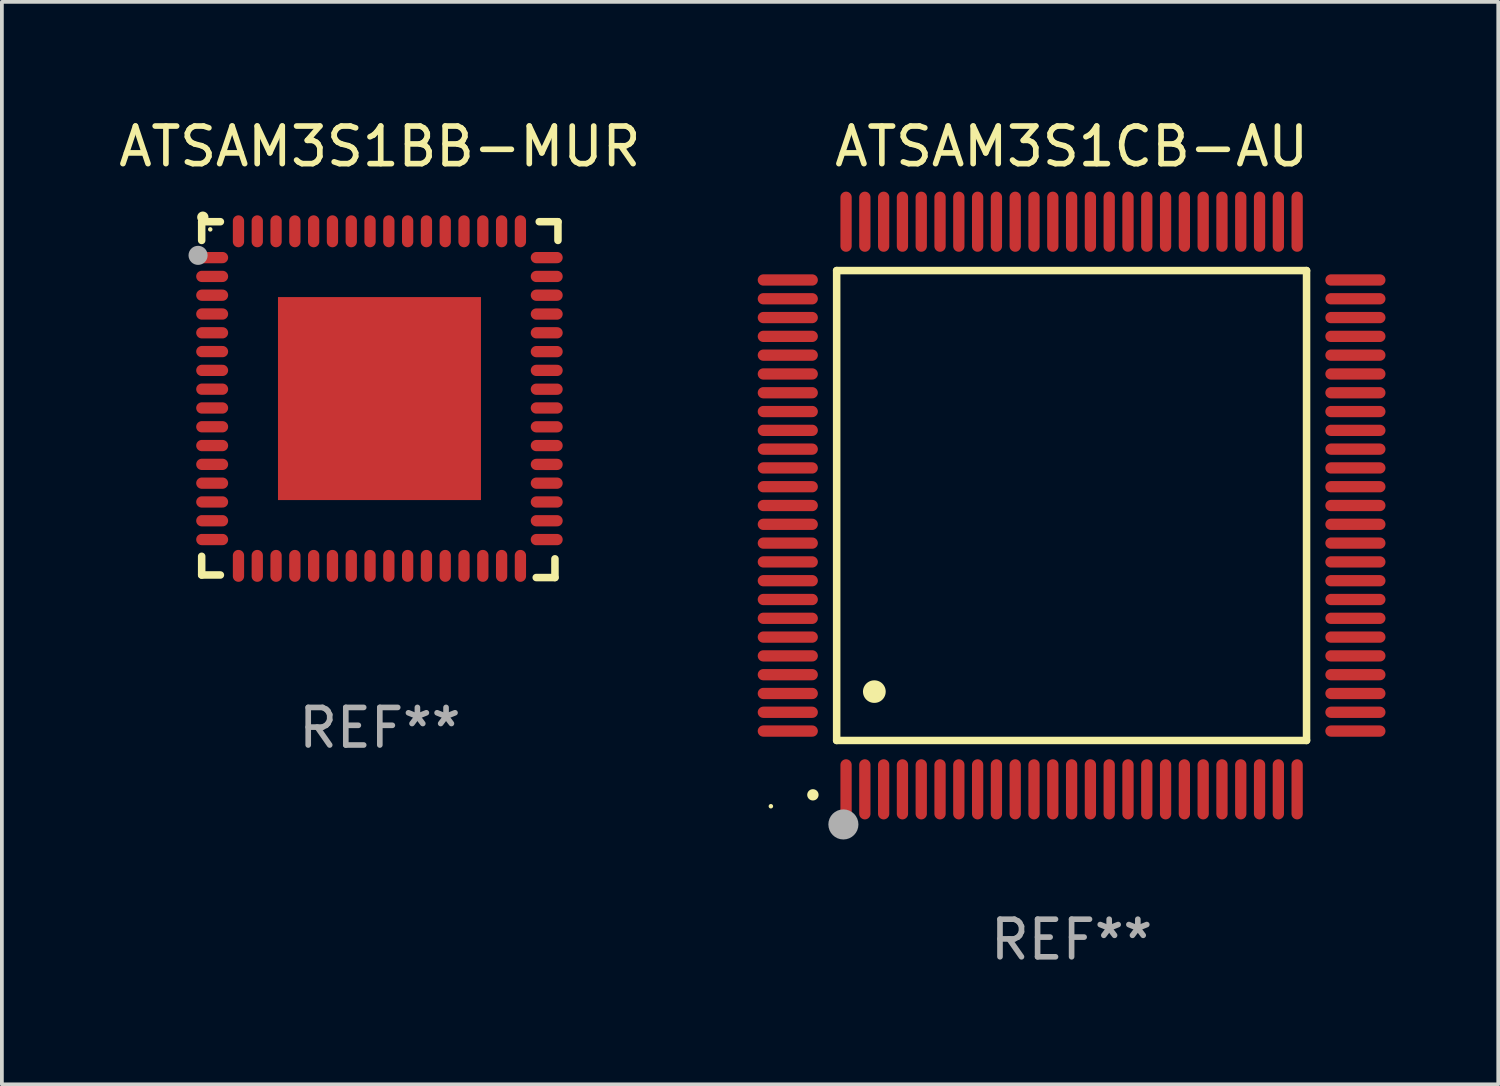
<source format=kicad_pcb>
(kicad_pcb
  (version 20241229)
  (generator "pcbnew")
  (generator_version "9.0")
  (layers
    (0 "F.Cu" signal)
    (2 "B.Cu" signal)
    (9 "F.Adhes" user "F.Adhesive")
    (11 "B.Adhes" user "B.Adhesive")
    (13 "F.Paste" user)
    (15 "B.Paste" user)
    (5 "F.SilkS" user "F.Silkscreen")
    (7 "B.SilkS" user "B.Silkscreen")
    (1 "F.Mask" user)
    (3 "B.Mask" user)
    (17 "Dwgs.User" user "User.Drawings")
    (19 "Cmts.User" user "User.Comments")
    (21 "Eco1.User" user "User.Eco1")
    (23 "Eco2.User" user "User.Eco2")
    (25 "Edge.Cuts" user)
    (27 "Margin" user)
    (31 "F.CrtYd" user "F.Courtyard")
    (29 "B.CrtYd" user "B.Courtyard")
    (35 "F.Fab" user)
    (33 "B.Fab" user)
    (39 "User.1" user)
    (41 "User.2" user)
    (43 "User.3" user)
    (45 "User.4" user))
  (footprint "ATSAM3S1CB-AU"
    (layer "F.Cu")
    (at 25.457 10.398)
    (property "Reference" "ATSAM3S1CB-AU" (at 0 -9.55 0) (layer "F.SilkS") (effects (font (size 1 1) (thickness 0.15))))
    (attr through_hole)
    (fp_line (start -6.25 -6.25) (end -6.25 6.25) (stroke (width 0.2) (type solid)) (layer "F.SilkS"))
    (fp_line (start -6.25 6.25) (end 6.25 6.25) (stroke (width 0.2) (type solid)) (layer "F.SilkS"))
    (fp_line (start 6.25 -6.25) (end -6.25 -6.25) (stroke (width 0.2) (type solid)) (layer "F.SilkS"))
    (fp_line (start 6.25 6.25) (end 6.25 -6.25) (stroke (width 0.2) (type solid)) (layer "F.SilkS"))
    (fp_arc (start -6.883414 7.696215) (mid -6.882144 7.69621) (end -6.880874 7.696215) (stroke (width 0.3) (type solid)) (layer "F.SilkS"))
    (fp_arc (start -5.250191 4.95047) (mid -5.247651 4.950459) (end -5.245111 4.95047) (stroke (width 0.6) (type solid)) (layer "F.SilkS"))
    (fp_circle (center -8 8) (end -7.97 8) (stroke (width 0.06) (type solid)) (fill no) (layer "F.SilkS"))
    (fp_circle (center -6.071 8.484) (end -5.871 8.484) (stroke (width 0.4) (type solid)) (fill no) (layer "F.Fab"))
    (fp_text user "REF**" (at 0 11.55 0) (layer "F.Fab") (effects (font (size 1 1) (thickness 0.15))))
    (pad "1" smd oval (at -6 7.55) (size 0.3 1.6) (layers "F.Cu" "F.Mask" "F.Paste"))
    (pad "2" smd oval (at -5.5 7.55) (size 0.3 1.6) (layers "F.Cu" "F.Mask" "F.Paste"))
    (pad "3" smd oval (at -5 7.55) (size 0.3 1.6) (layers "F.Cu" "F.Mask" "F.Paste"))
    (pad "4" smd oval (at -4.5 7.55) (size 0.3 1.6) (layers "F.Cu" "F.Mask" "F.Paste"))
    (pad "5" smd oval (at -4 7.55) (size 0.3 1.6) (layers "F.Cu" "F.Mask" "F.Paste"))
    (pad "6" smd oval (at -3.5 7.55) (size 0.3 1.6) (layers "F.Cu" "F.Mask" "F.Paste"))
    (pad "7" smd oval (at -3 7.55) (size 0.3 1.6) (layers "F.Cu" "F.Mask" "F.Paste"))
    (pad "8" smd oval (at -2.5 7.55) (size 0.3 1.6) (layers "F.Cu" "F.Mask" "F.Paste"))
    (pad "9" smd oval (at -2 7.55) (size 0.3 1.6) (layers "F.Cu" "F.Mask" "F.Paste"))
    (pad "10" smd oval (at -1.5 7.55) (size 0.3 1.6) (layers "F.Cu" "F.Mask" "F.Paste"))
    (pad "11" smd oval (at -1 7.55) (size 0.3 1.6) (layers "F.Cu" "F.Mask" "F.Paste"))
    (pad "12" smd oval (at -0.5 7.55) (size 0.3 1.6) (layers "F.Cu" "F.Mask" "F.Paste"))
    (pad "13" smd oval (at 0 7.55) (size 0.3 1.6) (layers "F.Cu" "F.Mask" "F.Paste"))
    (pad "14" smd oval (at 0.5 7.55) (size 0.3 1.6) (layers "F.Cu" "F.Mask" "F.Paste"))
    (pad "15" smd oval (at 1 7.55) (size 0.3 1.6) (layers "F.Cu" "F.Mask" "F.Paste"))
    (pad "16" smd oval (at 1.5 7.55) (size 0.3 1.6) (layers "F.Cu" "F.Mask" "F.Paste"))
    (pad "17" smd oval (at 2 7.55) (size 0.3 1.6) (layers "F.Cu" "F.Mask" "F.Paste"))
    (pad "18" smd oval (at 2.5 7.55) (size 0.3 1.6) (layers "F.Cu" "F.Mask" "F.Paste"))
    (pad "19" smd oval (at 3 7.55) (size 0.3 1.6) (layers "F.Cu" "F.Mask" "F.Paste"))
    (pad "20" smd oval (at 3.5 7.55) (size 0.3 1.6) (layers "F.Cu" "F.Mask" "F.Paste"))
    (pad "21" smd oval (at 4 7.55) (size 0.3 1.6) (layers "F.Cu" "F.Mask" "F.Paste"))
    (pad "22" smd oval (at 4.5 7.55) (size 0.3 1.6) (layers "F.Cu" "F.Mask" "F.Paste"))
    (pad "23" smd oval (at 5 7.55) (size 0.3 1.6) (layers "F.Cu" "F.Mask" "F.Paste"))
    (pad "24" smd oval (at 5.5 7.55) (size 0.3 1.6) (layers "F.Cu" "F.Mask" "F.Paste"))
    (pad "25" smd oval (at 6 7.55) (size 0.3 1.6) (layers "F.Cu" "F.Mask" "F.Paste"))
    (pad "26" smd oval (at 7.55 6) (size 1.6 0.3) (layers "F.Cu" "F.Mask" "F.Paste"))
    (pad "27" smd oval (at 7.55 5.5) (size 1.6 0.3) (layers "F.Cu" "F.Mask" "F.Paste"))
    (pad "28" smd oval (at 7.55 5) (size 1.6 0.3) (layers "F.Cu" "F.Mask" "F.Paste"))
    (pad "29" smd oval (at 7.55 4.5) (size 1.6 0.3) (layers "F.Cu" "F.Mask" "F.Paste"))
    (pad "30" smd oval (at 7.55 4) (size 1.6 0.3) (layers "F.Cu" "F.Mask" "F.Paste"))
    (pad "31" smd oval (at 7.55 3.5) (size 1.6 0.3) (layers "F.Cu" "F.Mask" "F.Paste"))
    (pad "32" smd oval (at 7.55 3) (size 1.6 0.3) (layers "F.Cu" "F.Mask" "F.Paste"))
    (pad "33" smd oval (at 7.55 2.5) (size 1.6 0.3) (layers "F.Cu" "F.Mask" "F.Paste"))
    (pad "34" smd oval (at 7.55 2) (size 1.6 0.3) (layers "F.Cu" "F.Mask" "F.Paste"))
    (pad "35" smd oval (at 7.55 1.5) (size 1.6 0.3) (layers "F.Cu" "F.Mask" "F.Paste"))
    (pad "36" smd oval (at 7.55 1) (size 1.6 0.3) (layers "F.Cu" "F.Mask" "F.Paste"))
    (pad "37" smd oval (at 7.55 0.5) (size 1.6 0.3) (layers "F.Cu" "F.Mask" "F.Paste"))
    (pad "38" smd oval (at 7.55 0) (size 1.6 0.3) (layers "F.Cu" "F.Mask" "F.Paste"))
    (pad "39" smd oval (at 7.55 -0.5) (size 1.6 0.3) (layers "F.Cu" "F.Mask" "F.Paste"))
    (pad "40" smd oval (at 7.55 -1) (size 1.6 0.3) (layers "F.Cu" "F.Mask" "F.Paste"))
    (pad "41" smd oval (at 7.55 -1.5) (size 1.6 0.3) (layers "F.Cu" "F.Mask" "F.Paste"))
    (pad "42" smd oval (at 7.55 -2) (size 1.6 0.3) (layers "F.Cu" "F.Mask" "F.Paste"))
    (pad "43" smd oval (at 7.55 -2.5) (size 1.6 0.3) (layers "F.Cu" "F.Mask" "F.Paste"))
    (pad "44" smd oval (at 7.55 -3) (size 1.6 0.3) (layers "F.Cu" "F.Mask" "F.Paste"))
    (pad "45" smd oval (at 7.55 -3.5) (size 1.6 0.3) (layers "F.Cu" "F.Mask" "F.Paste"))
    (pad "46" smd oval (at 7.55 -4) (size 1.6 0.3) (layers "F.Cu" "F.Mask" "F.Paste"))
    (pad "47" smd oval (at 7.55 -4.5) (size 1.6 0.3) (layers "F.Cu" "F.Mask" "F.Paste"))
    (pad "48" smd oval (at 7.55 -5) (size 1.6 0.3) (layers "F.Cu" "F.Mask" "F.Paste"))
    (pad "49" smd oval (at 7.55 -5.5) (size 1.6 0.3) (layers "F.Cu" "F.Mask" "F.Paste"))
    (pad "50" smd oval (at 7.55 -6) (size 1.6 0.3) (layers "F.Cu" "F.Mask" "F.Paste"))
    (pad "51" smd oval (at 6 -7.55) (size 0.3 1.6) (layers "F.Cu" "F.Mask" "F.Paste"))
    (pad "52" smd oval (at 5.5 -7.55) (size 0.3 1.6) (layers "F.Cu" "F.Mask" "F.Paste"))
    (pad "53" smd oval (at 5 -7.55) (size 0.3 1.6) (layers "F.Cu" "F.Mask" "F.Paste"))
    (pad "54" smd oval (at 4.5 -7.55) (size 0.3 1.6) (layers "F.Cu" "F.Mask" "F.Paste"))
    (pad "55" smd oval (at 4 -7.55) (size 0.3 1.6) (layers "F.Cu" "F.Mask" "F.Paste"))
    (pad "56" smd oval (at 3.5 -7.55) (size 0.3 1.6) (layers "F.Cu" "F.Mask" "F.Paste"))
    (pad "57" smd oval (at 3 -7.55) (size 0.3 1.6) (layers "F.Cu" "F.Mask" "F.Paste"))
    (pad "58" smd oval (at 2.5 -7.55) (size 0.3 1.6) (layers "F.Cu" "F.Mask" "F.Paste"))
    (pad "59" smd oval (at 2 -7.55) (size 0.3 1.6) (layers "F.Cu" "F.Mask" "F.Paste"))
    (pad "60" smd oval (at 1.5 -7.55) (size 0.3 1.6) (layers "F.Cu" "F.Mask" "F.Paste"))
    (pad "61" smd oval (at 1 -7.55) (size 0.3 1.6) (layers "F.Cu" "F.Mask" "F.Paste"))
    (pad "62" smd oval (at 0.5 -7.55) (size 0.3 1.6) (layers "F.Cu" "F.Mask" "F.Paste"))
    (pad "63" smd oval (at 0 -7.55) (size 0.3 1.6) (layers "F.Cu" "F.Mask" "F.Paste"))
    (pad "64" smd oval (at -0.5 -7.55) (size 0.3 1.6) (layers "F.Cu" "F.Mask" "F.Paste"))
    (pad "65" smd oval (at -1 -7.55) (size 0.3 1.6) (layers "F.Cu" "F.Mask" "F.Paste"))
    (pad "66" smd oval (at -1.5 -7.55) (size 0.3 1.6) (layers "F.Cu" "F.Mask" "F.Paste"))
    (pad "67" smd oval (at -2 -7.55) (size 0.3 1.6) (layers "F.Cu" "F.Mask" "F.Paste"))
    (pad "68" smd oval (at -2.5 -7.55) (size 0.3 1.6) (layers "F.Cu" "F.Mask" "F.Paste"))
    (pad "69" smd oval (at -3 -7.55) (size 0.3 1.6) (layers "F.Cu" "F.Mask" "F.Paste"))
    (pad "70" smd oval (at -3.5 -7.55) (size 0.3 1.6) (layers "F.Cu" "F.Mask" "F.Paste"))
    (pad "71" smd oval (at -4 -7.55) (size 0.3 1.6) (layers "F.Cu" "F.Mask" "F.Paste"))
    (pad "72" smd oval (at -4.5 -7.55) (size 0.3 1.6) (layers "F.Cu" "F.Mask" "F.Paste"))
    (pad "73" smd oval (at -5 -7.55) (size 0.3 1.6) (layers "F.Cu" "F.Mask" "F.Paste"))
    (pad "74" smd oval (at -5.5 -7.55) (size 0.3 1.6) (layers "F.Cu" "F.Mask" "F.Paste"))
    (pad "75" smd oval (at -6 -7.55) (size 0.3 1.6) (layers "F.Cu" "F.Mask" "F.Paste"))
    (pad "76" smd oval (at -7.55 -6) (size 1.6 0.3) (layers "F.Cu" "F.Mask" "F.Paste"))
    (pad "77" smd oval (at -7.55 -5.5) (size 1.6 0.3) (layers "F.Cu" "F.Mask" "F.Paste"))
    (pad "78" smd oval (at -7.55 -5) (size 1.6 0.3) (layers "F.Cu" "F.Mask" "F.Paste"))
    (pad "79" smd oval (at -7.55 -4.5) (size 1.6 0.3) (layers "F.Cu" "F.Mask" "F.Paste"))
    (pad "80" smd oval (at -7.55 -4) (size 1.6 0.3) (layers "F.Cu" "F.Mask" "F.Paste"))
    (pad "81" smd oval (at -7.55 -3.5) (size 1.6 0.3) (layers "F.Cu" "F.Mask" "F.Paste"))
    (pad "82" smd oval (at -7.55 -3) (size 1.6 0.3) (layers "F.Cu" "F.Mask" "F.Paste"))
    (pad "83" smd oval (at -7.55 -2.5) (size 1.6 0.3) (layers "F.Cu" "F.Mask" "F.Paste"))
    (pad "84" smd oval (at -7.55 -2) (size 1.6 0.3) (layers "F.Cu" "F.Mask" "F.Paste"))
    (pad "85" smd oval (at -7.55 -1.5) (size 1.6 0.3) (layers "F.Cu" "F.Mask" "F.Paste"))
    (pad "86" smd oval (at -7.55 -1) (size 1.6 0.3) (layers "F.Cu" "F.Mask" "F.Paste"))
    (pad "87" smd oval (at -7.55 -0.5) (size 1.6 0.3) (layers "F.Cu" "F.Mask" "F.Paste"))
    (pad "88" smd oval (at -7.55 0) (size 1.6 0.3) (layers "F.Cu" "F.Mask" "F.Paste"))
    (pad "89" smd oval (at -7.55 0.5) (size 1.6 0.3) (layers "F.Cu" "F.Mask" "F.Paste"))
    (pad "90" smd oval (at -7.55 1) (size 1.6 0.3) (layers "F.Cu" "F.Mask" "F.Paste"))
    (pad "91" smd oval (at -7.55 1.5) (size 1.6 0.3) (layers "F.Cu" "F.Mask" "F.Paste"))
    (pad "92" smd oval (at -7.55 2) (size 1.6 0.3) (layers "F.Cu" "F.Mask" "F.Paste"))
    (pad "93" smd oval (at -7.55 2.5) (size 1.6 0.3) (layers "F.Cu" "F.Mask" "F.Paste"))
    (pad "94" smd oval (at -7.55 3) (size 1.6 0.3) (layers "F.Cu" "F.Mask" "F.Paste"))
    (pad "95" smd oval (at -7.55 3.5) (size 1.6 0.3) (layers "F.Cu" "F.Mask" "F.Paste"))
    (pad "96" smd oval (at -7.55 4) (size 1.6 0.3) (layers "F.Cu" "F.Mask" "F.Paste"))
    (pad "97" smd oval (at -7.55 4.5) (size 1.6 0.3) (layers "F.Cu" "F.Mask" "F.Paste"))
    (pad "98" smd oval (at -7.55 5) (size 1.6 0.3) (layers "F.Cu" "F.Mask" "F.Paste"))
    (pad "99" smd oval (at -7.55 5.5) (size 1.6 0.3) (layers "F.Cu" "F.Mask" "F.Paste"))
    (pad "100" smd oval (at -7.55 6) (size 1.6 0.3) (layers "F.Cu" "F.Mask" "F.Paste")))
  (footprint "ATSAM3S1BB-MUR"
    (layer "F.Cu")
    (at 7.054 7.581)
    (property "Reference" "ATSAM3S1BB-MUR" (at 0 -6.733 0) (layer "F.SilkS") (effects (font (size 1 1) (thickness 0.15))))
    (attr through_hole)
    (fp_line (start -4.739 -4.733) (end -4.241 -4.733) (stroke (width 0.2) (type solid)) (layer "F.SilkS"))
    (fp_line (start -4.739 -4.235) (end -4.739 -4.733) (stroke (width 0.2) (type solid)) (layer "F.SilkS"))
    (fp_line (start -4.739 4.168) (end -4.739 4.665) (stroke (width 0.2) (type solid)) (layer "F.SilkS"))
    (fp_line (start -4.739 4.665) (end -4.241 4.665) (stroke (width 0.2) (type solid)) (layer "F.SilkS"))
    (fp_line (start 4.161 4.733) (end 4.659 4.733) (stroke (width 0.2) (type solid)) (layer "F.SilkS"))
    (fp_line (start 4.241 -4.733) (end 4.739 -4.733) (stroke (width 0.2) (type solid)) (layer "F.SilkS"))
    (fp_line (start 4.659 4.733) (end 4.659 4.235) (stroke (width 0.2) (type solid)) (layer "F.SilkS"))
    (fp_line (start 4.739 -4.733) (end 4.739 -4.235) (stroke (width 0.2) (type solid)) (layer "F.SilkS"))
    (fp_arc (start -4.708623 -4.85108) (mid -4.708628 -4.85235) (end -4.708623 -4.85362) (stroke (width 0.3) (type solid)) (layer "F.SilkS"))
    (fp_circle (center -4.511 -4.529) (end -4.481 -4.529) (stroke (width 0.06) (type solid)) (fill no) (layer "F.SilkS"))
    (fp_circle (center -4.835 -3.838) (end -4.708 -3.838) (stroke (width 0.254) (type solid)) (fill no) (layer "F.Fab"))
    (fp_text user "REF**" (at 0 8.733 0) (layer "F.Fab") (effects (font (size 1 1) (thickness 0.15))))
    (pad "1" smd oval (at -4.46 -3.778) (size 0.85 0.3) (layers "F.Cu" "F.Mask" "F.Paste"))
    (pad "2" smd oval (at -4.46 -3.278) (size 0.85 0.3) (layers "F.Cu" "F.Mask" "F.Paste"))
    (pad "3" smd oval (at -4.46 -2.778) (size 0.85 0.3) (layers "F.Cu" "F.Mask" "F.Paste"))
    (pad "4" smd oval (at -4.46 -2.278) (size 0.85 0.3) (layers "F.Cu" "F.Mask" "F.Paste"))
    (pad "5" smd oval (at -4.46 -1.778) (size 0.85 0.3) (layers "F.Cu" "F.Mask" "F.Paste"))
    (pad "6" smd oval (at -4.46 -1.278) (size 0.85 0.3) (layers "F.Cu" "F.Mask" "F.Paste"))
    (pad "7" smd oval (at -4.46 -0.778) (size 0.85 0.3) (layers "F.Cu" "F.Mask" "F.Paste"))
    (pad "8" smd oval (at -4.46 -0.278) (size 0.85 0.3) (layers "F.Cu" "F.Mask" "F.Paste"))
    (pad "9" smd oval (at -4.46 0.222) (size 0.85 0.3) (layers "F.Cu" "F.Mask" "F.Paste"))
    (pad "10" smd oval (at -4.46 0.722) (size 0.85 0.3) (layers "F.Cu" "F.Mask" "F.Paste"))
    (pad "11" smd oval (at -4.46 1.222) (size 0.85 0.3) (layers "F.Cu" "F.Mask" "F.Paste"))
    (pad "12" smd oval (at -4.46 1.722) (size 0.85 0.3) (layers "F.Cu" "F.Mask" "F.Paste"))
    (pad "13" smd oval (at -4.46 2.222) (size 0.85 0.3) (layers "F.Cu" "F.Mask" "F.Paste"))
    (pad "14" smd oval (at -4.46 2.722) (size 0.85 0.3) (layers "F.Cu" "F.Mask" "F.Paste"))
    (pad "15" smd oval (at -4.46 3.222) (size 0.85 0.3) (layers "F.Cu" "F.Mask" "F.Paste"))
    (pad "16" smd oval (at -4.46 3.722) (size 0.85 0.3) (layers "F.Cu" "F.Mask" "F.Paste"))
    (pad "17" smd oval (at -3.76 4.422) (size 0.3 0.85) (layers "F.Cu" "F.Mask" "F.Paste"))
    (pad "18" smd oval (at -3.26 4.422) (size 0.3 0.85) (layers "F.Cu" "F.Mask" "F.Paste"))
    (pad "19" smd oval (at -2.76 4.422) (size 0.3 0.85) (layers "F.Cu" "F.Mask" "F.Paste"))
    (pad "20" smd oval (at -2.26 4.422) (size 0.3 0.85) (layers "F.Cu" "F.Mask" "F.Paste"))
    (pad "21" smd oval (at -1.76 4.422) (size 0.3 0.85) (layers "F.Cu" "F.Mask" "F.Paste"))
    (pad "22" smd oval (at -1.26 4.422) (size 0.3 0.85) (layers "F.Cu" "F.Mask" "F.Paste"))
    (pad "23" smd oval (at -0.76 4.422) (size 0.3 0.85) (layers "F.Cu" "F.Mask" "F.Paste"))
    (pad "24" smd oval (at -0.26 4.422) (size 0.3 0.85) (layers "F.Cu" "F.Mask" "F.Paste"))
    (pad "25" smd oval (at 0.24 4.422) (size 0.3 0.85) (layers "F.Cu" "F.Mask" "F.Paste"))
    (pad "26" smd oval (at 0.74 4.422) (size 0.3 0.85) (layers "F.Cu" "F.Mask" "F.Paste"))
    (pad "27" smd oval (at 1.24 4.422) (size 0.3 0.85) (layers "F.Cu" "F.Mask" "F.Paste"))
    (pad "28" smd oval (at 1.74 4.422) (size 0.3 0.85) (layers "F.Cu" "F.Mask" "F.Paste"))
    (pad "29" smd oval (at 2.24 4.422) (size 0.3 0.85) (layers "F.Cu" "F.Mask" "F.Paste"))
    (pad "30" smd oval (at 2.74 4.422) (size 0.3 0.85) (layers "F.Cu" "F.Mask" "F.Paste"))
    (pad "31" smd oval (at 3.24 4.422) (size 0.3 0.85) (layers "F.Cu" "F.Mask" "F.Paste"))
    (pad "32" smd oval (at 3.74 4.422) (size 0.3 0.85) (layers "F.Cu" "F.Mask" "F.Paste"))
    (pad "33" smd oval (at 4.44 3.723) (size 0.85 0.3) (layers "F.Cu" "F.Mask" "F.Paste"))
    (pad "34" smd oval (at 4.44 3.222) (size 0.85 0.3) (layers "F.Cu" "F.Mask" "F.Paste"))
    (pad "35" smd oval (at 4.44 2.723) (size 0.85 0.3) (layers "F.Cu" "F.Mask" "F.Paste"))
    (pad "36" smd oval (at 4.44 2.222) (size 0.85 0.3) (layers "F.Cu" "F.Mask" "F.Paste"))
    (pad "37" smd oval (at 4.44 1.723) (size 0.85 0.3) (layers "F.Cu" "F.Mask" "F.Paste"))
    (pad "38" smd oval (at 4.44 1.222) (size 0.85 0.3) (layers "F.Cu" "F.Mask" "F.Paste"))
    (pad "39" smd oval (at 4.44 0.723) (size 0.85 0.3) (layers "F.Cu" "F.Mask" "F.Paste"))
    (pad "40" smd oval (at 4.44 0.222) (size 0.85 0.3) (layers "F.Cu" "F.Mask" "F.Paste"))
    (pad "41" smd oval (at 4.44 -0.277) (size 0.85 0.3) (layers "F.Cu" "F.Mask" "F.Paste"))
    (pad "42" smd oval (at 4.44 -0.778) (size 0.85 0.3) (layers "F.Cu" "F.Mask" "F.Paste"))
    (pad "43" smd oval (at 4.44 -1.277) (size 0.85 0.3) (layers "F.Cu" "F.Mask" "F.Paste"))
    (pad "44" smd oval (at 4.44 -1.778) (size 0.85 0.3) (layers "F.Cu" "F.Mask" "F.Paste"))
    (pad "45" smd oval (at 4.44 -2.277) (size 0.85 0.3) (layers "F.Cu" "F.Mask" "F.Paste"))
    (pad "46" smd oval (at 4.44 -2.778) (size 0.85 0.3) (layers "F.Cu" "F.Mask" "F.Paste"))
    (pad "47" smd oval (at 4.44 -3.277) (size 0.85 0.3) (layers "F.Cu" "F.Mask" "F.Paste"))
    (pad "48" smd oval (at 4.44 -3.778) (size 0.85 0.3) (layers "F.Cu" "F.Mask" "F.Paste"))
    (pad "49" smd oval (at 3.74 -4.478) (size 0.3 0.85) (layers "F.Cu" "F.Mask" "F.Paste"))
    (pad "50" smd oval (at 3.24 -4.478) (size 0.3 0.85) (layers "F.Cu" "F.Mask" "F.Paste"))
    (pad "51" smd oval (at 2.74 -4.478) (size 0.3 0.85) (layers "F.Cu" "F.Mask" "F.Paste"))
    (pad "52" smd oval (at 2.24 -4.478) (size 0.3 0.85) (layers "F.Cu" "F.Mask" "F.Paste"))
    (pad "53" smd oval (at 1.74 -4.478) (size 0.3 0.85) (layers "F.Cu" "F.Mask" "F.Paste"))
    (pad "54" smd oval (at 1.24 -4.478) (size 0.3 0.85) (layers "F.Cu" "F.Mask" "F.Paste"))
    (pad "55" smd oval (at 0.74 -4.478) (size 0.3 0.85) (layers "F.Cu" "F.Mask" "F.Paste"))
    (pad "56" smd oval (at 0.24 -4.478) (size 0.3 0.85) (layers "F.Cu" "F.Mask" "F.Paste"))
    (pad "57" smd oval (at -0.26 -4.478) (size 0.3 0.85) (layers "F.Cu" "F.Mask" "F.Paste"))
    (pad "58" smd oval (at -0.76 -4.478) (size 0.3 0.85) (layers "F.Cu" "F.Mask" "F.Paste"))
    (pad "59" smd oval (at -1.26 -4.478) (size 0.3 0.85) (layers "F.Cu" "F.Mask" "F.Paste"))
    (pad "60" smd oval (at -1.76 -4.478) (size 0.3 0.85) (layers "F.Cu" "F.Mask" "F.Paste"))
    (pad "61" smd oval (at -2.26 -4.478) (size 0.3 0.85) (layers "F.Cu" "F.Mask" "F.Paste"))
    (pad "62" smd oval (at -2.76 -4.478) (size 0.3 0.85) (layers "F.Cu" "F.Mask" "F.Paste"))
    (pad "63" smd oval (at -3.26 -4.478) (size 0.3 0.85) (layers "F.Cu" "F.Mask" "F.Paste"))
    (pad "64" smd oval (at -3.76 -4.478) (size 0.3 0.85) (layers "F.Cu" "F.Mask" "F.Paste"))
    (pad "65" smd rect (at -0.009 -0.028 90) (size 5.4 5.4) (layers "F.Cu" "F.Mask" "F.Paste")))
  (gr_rect
    (start -3 -3)
    (end 36.807 25.796)
    (stroke (width 0.1) (type default))
    (fill no)
    (layer "Edge.Cuts")))
</source>
